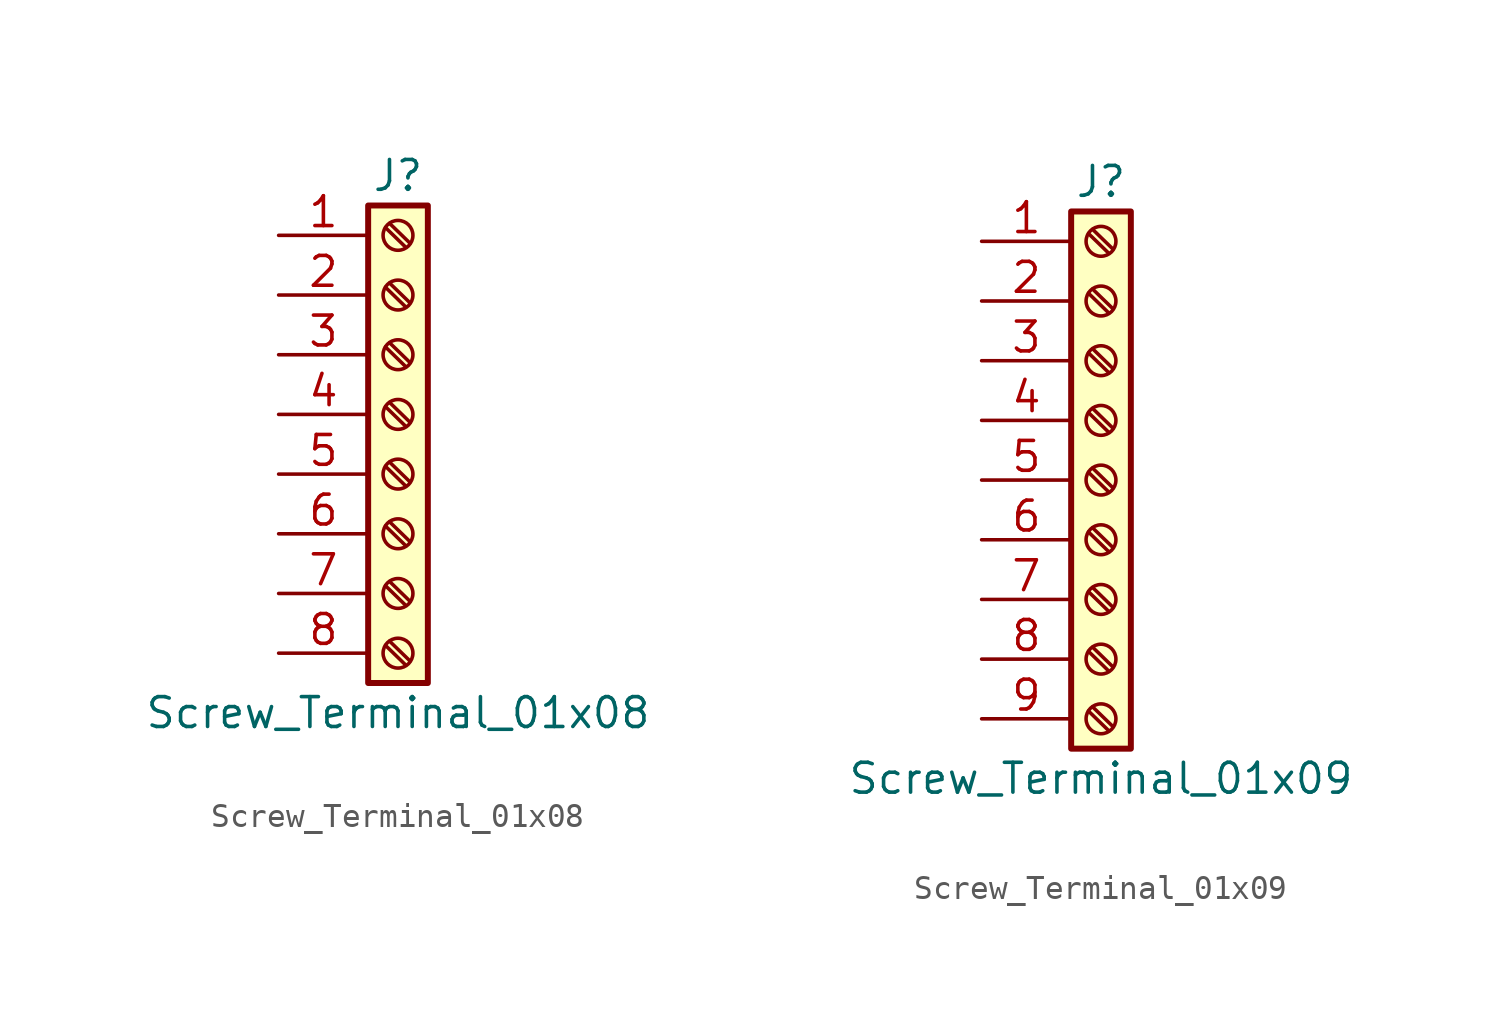
<source format=kicad_sym>
(kicad_symbol_lib
  (version 20220914)
  (generator kicad_symbol_editor)
  (symbol "Screw_Terminal_01x08"
    (pin_names
      (offset 1.016) hide)
    (property "Reference" "J"
      (at 0 10.16 0)
      (effects (font (size 1.27 1.27))))
    (property "Value" "Screw_Terminal_01x08"
      (at 0 -12.7 0)
      (effects (font (size 1.27 1.27))))
    (symbol "Screw_Terminal_01x08_1_1"
      (rectangle (start -1.27 8.89) (end 1.27 -11.43) (stroke (width 0.254) (type solid)) (fill (type background)))
      (circle (center 0 -10.16) (radius 0.635) (stroke (width 0.152) (type solid)) (fill (type none)))
      (circle (center 0 -7.62) (radius 0.635) (stroke (width 0.152) (type solid)) (fill (type none)))
      (circle (center 0 -5.08) (radius 0.635) (stroke (width 0.152) (type solid)) (fill (type none)))
      (circle (center 0 -2.54) (radius 0.635) (stroke (width 0.152) (type solid)) (fill (type none)))
      (polyline (pts (xy -0.533 -9.83) (xy 0.33 -10.668)) (stroke (width 0.152) (type solid)) (fill (type none)))
      (polyline (pts (xy -0.533 -7.29) (xy 0.33 -8.128)) (stroke (width 0.152) (type solid)) (fill (type none)))
      (polyline (pts (xy -0.533 -4.75) (xy 0.33 -5.588)) (stroke (width 0.152) (type solid)) (fill (type none)))
      (polyline (pts (xy -0.533 -2.21) (xy 0.33 -3.048)) (stroke (width 0.152) (type solid)) (fill (type none)))
      (polyline (pts (xy -0.533 0.33) (xy 0.33 -0.508)) (stroke (width 0.152) (type solid)) (fill (type none)))
      (polyline (pts (xy -0.533 2.87) (xy 0.33 2.032)) (stroke (width 0.152) (type solid)) (fill (type none)))
      (polyline (pts (xy -0.533 5.41) (xy 0.33 4.572)) (stroke (width 0.152) (type solid)) (fill (type none)))
      (polyline (pts (xy -0.533 7.95) (xy 0.33 7.112)) (stroke (width 0.152) (type solid)) (fill (type none)))
      (polyline (pts (xy -0.356 -9.652) (xy 0.508 -10.49)) (stroke (width 0.152) (type solid)) (fill (type none)))
      (polyline (pts (xy -0.356 -7.112) (xy 0.508 -7.95)) (stroke (width 0.152) (type solid)) (fill (type none)))
      (polyline (pts (xy -0.356 -4.572) (xy 0.508 -5.41)) (stroke (width 0.152) (type solid)) (fill (type none)))
      (polyline (pts (xy -0.356 -2.032) (xy 0.508 -2.87)) (stroke (width 0.152) (type solid)) (fill (type none)))
      (polyline (pts (xy -0.356 0.508) (xy 0.508 -0.33)) (stroke (width 0.152) (type solid)) (fill (type none)))
      (polyline (pts (xy -0.356 3.048) (xy 0.508 2.21)) (stroke (width 0.152) (type solid)) (fill (type none)))
      (polyline (pts (xy -0.356 5.588) (xy 0.508 4.75)) (stroke (width 0.152) (type solid)) (fill (type none)))
      (polyline (pts (xy -0.356 8.128) (xy 0.508 7.29)) (stroke (width 0.152) (type solid)) (fill (type none)))
      (circle (center 0 0) (radius 0.635) (stroke (width 0.152) (type solid)) (fill (type none)))
      (circle (center 0 2.54) (radius 0.635) (stroke (width 0.152) (type solid)) (fill (type none)))
      (circle (center 0 5.08) (radius 0.635) (stroke (width 0.152) (type solid)) (fill (type none)))
      (circle (center 0 7.62) (radius 0.635) (stroke (width 0.152) (type solid)) (fill (type none)))
      (pin passive line (at -5.08 7.62 0) (length 3.81) (name "Pin_1" (effects (font (size 1.27 1.27)))) (number "1" (effects (font (size 1.27 1.27)))))
      (pin passive line (at -5.08 5.08 0) (length 3.81) (name "Pin_2" (effects (font (size 1.27 1.27)))) (number "2" (effects (font (size 1.27 1.27)))))
      (pin passive line (at -5.08 2.54 0) (length 3.81) (name "Pin_3" (effects (font (size 1.27 1.27)))) (number "3" (effects (font (size 1.27 1.27)))))
      (pin passive line (at -5.08 0 0) (length 3.81) (name "Pin_4" (effects (font (size 1.27 1.27)))) (number "4" (effects (font (size 1.27 1.27)))))
      (pin passive line (at -5.08 -2.54 0) (length 3.81) (name "Pin_5" (effects (font (size 1.27 1.27)))) (number "5" (effects (font (size 1.27 1.27)))))
      (pin passive line (at -5.08 -5.08 0) (length 3.81) (name "Pin_6" (effects (font (size 1.27 1.27)))) (number "6" (effects (font (size 1.27 1.27)))))
      (pin passive line (at -5.08 -7.62 0) (length 3.81) (name "Pin_7" (effects (font (size 1.27 1.27)))) (number "7" (effects (font (size 1.27 1.27)))))
      (pin passive line (at -5.08 -10.16 0) (length 3.81) (name "Pin_8" (effects (font (size 1.27 1.27)))) (number "8" (effects (font (size 1.27 1.27)))))))
  (symbol "Screw_Terminal_01x09"
    (pin_names
      (offset 1.016) hide)
    (property "Reference" "J"
      (at 0 12.7 0)
      (effects (font (size 1.27 1.27))))
    (property "Value" "Screw_Terminal_01x09"
      (at 0 -12.7 0)
      (effects (font (size 1.27 1.27))))
    (symbol "Screw_Terminal_01x09_1_1"
      (rectangle (start -1.27 11.43) (end 1.27 -11.43) (stroke (width 0.254) (type solid)) (fill (type background)))
      (circle (center 0 -10.16) (radius 0.635) (stroke (width 0.152) (type solid)) (fill (type none)))
      (circle (center 0 -7.62) (radius 0.635) (stroke (width 0.152) (type solid)) (fill (type none)))
      (circle (center 0 -5.08) (radius 0.635) (stroke (width 0.152) (type solid)) (fill (type none)))
      (circle (center 0 -2.54) (radius 0.635) (stroke (width 0.152) (type solid)) (fill (type none)))
      (polyline (pts (xy -0.533 -9.83) (xy 0.33 -10.668)) (stroke (width 0.152) (type solid)) (fill (type none)))
      (polyline (pts (xy -0.533 -7.29) (xy 0.33 -8.128)) (stroke (width 0.152) (type solid)) (fill (type none)))
      (polyline (pts (xy -0.533 -4.75) (xy 0.33 -5.588)) (stroke (width 0.152) (type solid)) (fill (type none)))
      (polyline (pts (xy -0.533 -2.21) (xy 0.33 -3.048)) (stroke (width 0.152) (type solid)) (fill (type none)))
      (polyline (pts (xy -0.533 0.33) (xy 0.33 -0.508)) (stroke (width 0.152) (type solid)) (fill (type none)))
      (polyline (pts (xy -0.533 2.87) (xy 0.33 2.032)) (stroke (width 0.152) (type solid)) (fill (type none)))
      (polyline (pts (xy -0.533 5.41) (xy 0.33 4.572)) (stroke (width 0.152) (type solid)) (fill (type none)))
      (polyline (pts (xy -0.533 7.95) (xy 0.33 7.112)) (stroke (width 0.152) (type solid)) (fill (type none)))
      (polyline (pts (xy -0.533 10.49) (xy 0.33 9.652)) (stroke (width 0.152) (type solid)) (fill (type none)))
      (polyline (pts (xy -0.356 -9.652) (xy 0.508 -10.49)) (stroke (width 0.152) (type solid)) (fill (type none)))
      (polyline (pts (xy -0.356 -7.112) (xy 0.508 -7.95)) (stroke (width 0.152) (type solid)) (fill (type none)))
      (polyline (pts (xy -0.356 -4.572) (xy 0.508 -5.41)) (stroke (width 0.152) (type solid)) (fill (type none)))
      (polyline (pts (xy -0.356 -2.032) (xy 0.508 -2.87)) (stroke (width 0.152) (type solid)) (fill (type none)))
      (polyline (pts (xy -0.356 0.508) (xy 0.508 -0.33)) (stroke (width 0.152) (type solid)) (fill (type none)))
      (polyline (pts (xy -0.356 3.048) (xy 0.508 2.21)) (stroke (width 0.152) (type solid)) (fill (type none)))
      (polyline (pts (xy -0.356 5.588) (xy 0.508 4.75)) (stroke (width 0.152) (type solid)) (fill (type none)))
      (polyline (pts (xy -0.356 8.128) (xy 0.508 7.29)) (stroke (width 0.152) (type solid)) (fill (type none)))
      (polyline (pts (xy -0.356 10.668) (xy 0.508 9.83)) (stroke (width 0.152) (type solid)) (fill (type none)))
      (circle (center 0 0) (radius 0.635) (stroke (width 0.152) (type solid)) (fill (type none)))
      (circle (center 0 2.54) (radius 0.635) (stroke (width 0.152) (type solid)) (fill (type none)))
      (circle (center 0 5.08) (radius 0.635) (stroke (width 0.152) (type solid)) (fill (type none)))
      (circle (center 0 7.62) (radius 0.635) (stroke (width 0.152) (type solid)) (fill (type none)))
      (circle (center 0 10.16) (radius 0.635) (stroke (width 0.152) (type solid)) (fill (type none)))
      (pin passive line (at -5.08 10.16 0) (length 3.81) (name "Pin_1" (effects (font (size 1.27 1.27)))) (number "1" (effects (font (size 1.27 1.27)))))
      (pin passive line (at -5.08 7.62 0) (length 3.81) (name "Pin_2" (effects (font (size 1.27 1.27)))) (number "2" (effects (font (size 1.27 1.27)))))
      (pin passive line (at -5.08 5.08 0) (length 3.81) (name "Pin_3" (effects (font (size 1.27 1.27)))) (number "3" (effects (font (size 1.27 1.27)))))
      (pin passive line (at -5.08 2.54 0) (length 3.81) (name "Pin_4" (effects (font (size 1.27 1.27)))) (number "4" (effects (font (size 1.27 1.27)))))
      (pin passive line (at -5.08 0 0) (length 3.81) (name "Pin_5" (effects (font (size 1.27 1.27)))) (number "5" (effects (font (size 1.27 1.27)))))
      (pin passive line (at -5.08 -2.54 0) (length 3.81) (name "Pin_6" (effects (font (size 1.27 1.27)))) (number "6" (effects (font (size 1.27 1.27)))))
      (pin passive line (at -5.08 -5.08 0) (length 3.81) (name "Pin_7" (effects (font (size 1.27 1.27)))) (number "7" (effects (font (size 1.27 1.27)))))
      (pin passive line (at -5.08 -7.62 0) (length 3.81) (name "Pin_8" (effects (font (size 1.27 1.27)))) (number "8" (effects (font (size 1.27 1.27)))))
      (pin passive line (at -5.08 -10.16 0) (length 3.81) (name "Pin_9" (effects (font (size 1.27 1.27)))) (number "9" (effects (font (size 1.27 1.27))))))))
</source>
